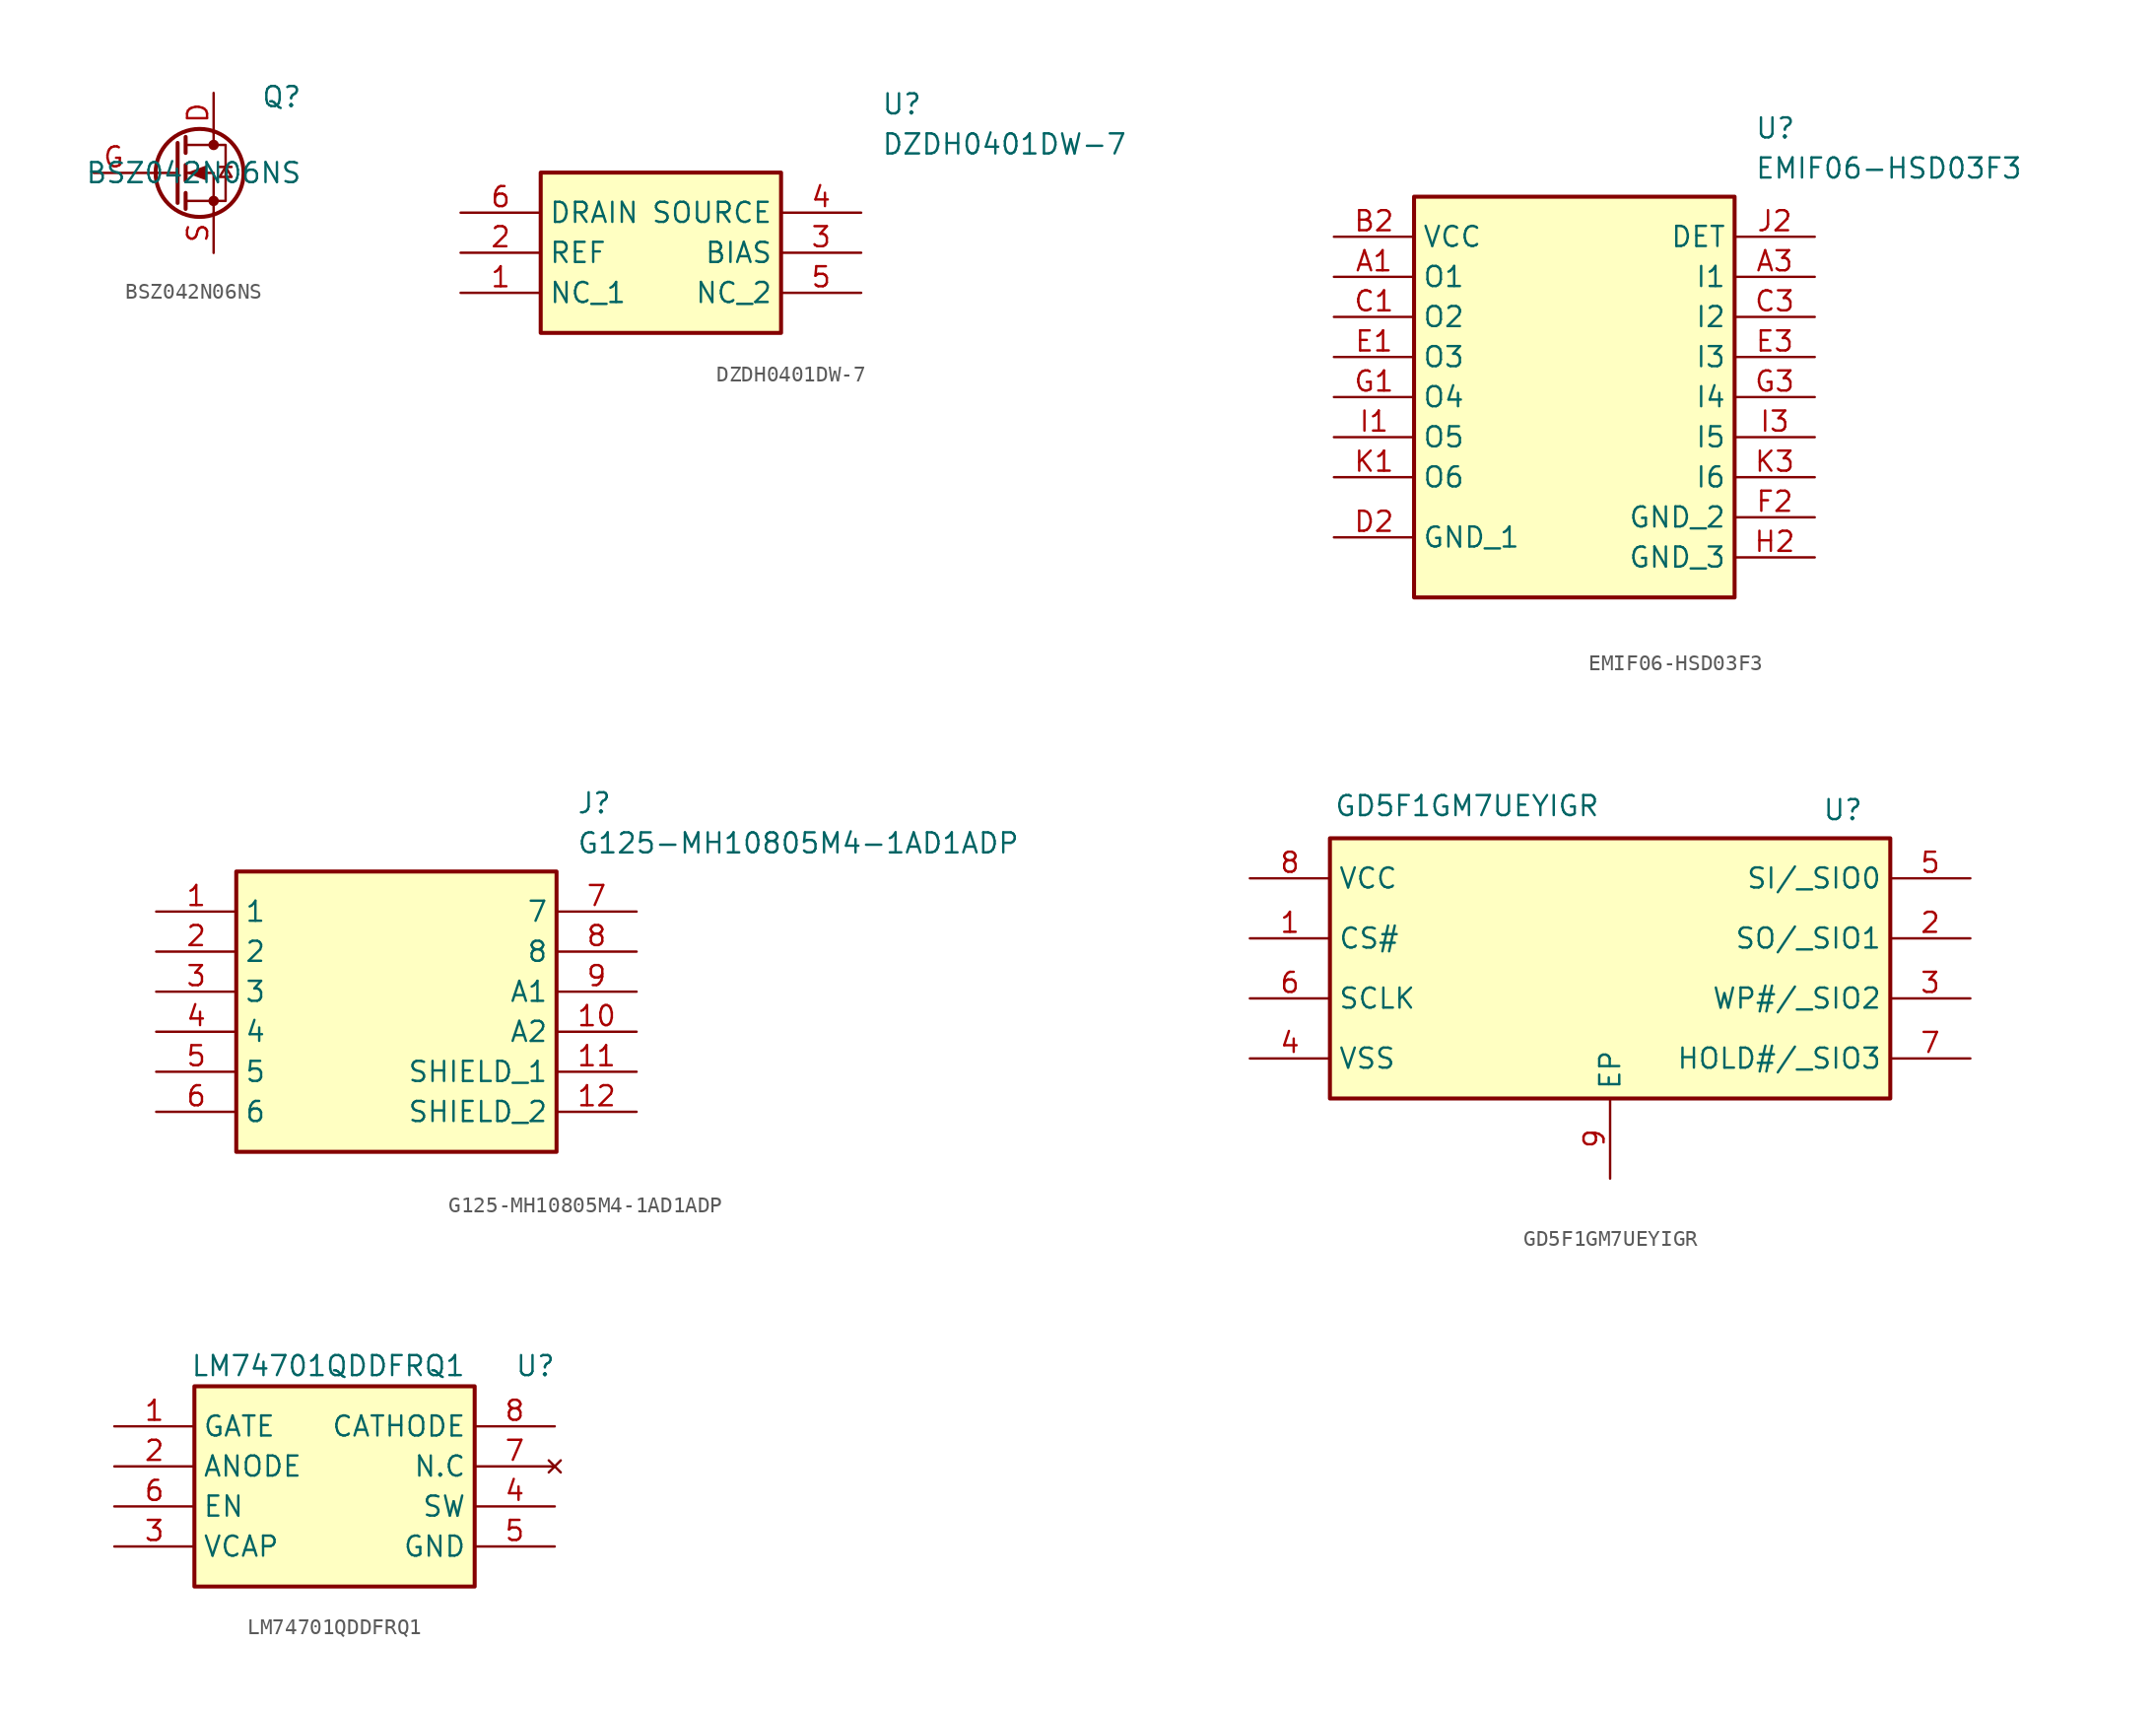
<source format=kicad_sym>
(kicad_symbol_lib
  (version 20241209)
  (generator "kicad_symbol_editor")
  (generator_version "9.0")
  (symbol "BSZ042N06NS"
    (property "Reference" "Q"
      (at 5.588 4.826 0)
      (effects (font (size 1.27 1.27))))
    (property "Value" "BSZ042N06NS"
      (at 0 0 0)
      (effects (font (size 1.27 1.27))))
    (symbol "BSZ042N06NS_0_1"
      (polyline (pts (xy -1.016 1.905) (xy -1.016 -1.905)) (stroke (width 0.254) (type default)) (fill (type none)))
      (polyline (pts (xy -1.016 0) (xy -3.81 0)) (stroke (width 0) (type default)) (fill (type none)))
      (polyline (pts (xy -0.508 2.286) (xy -0.508 1.27)) (stroke (width 0.254) (type default)) (fill (type none)))
      (polyline (pts (xy -0.508 0.508) (xy -0.508 -0.508)) (stroke (width 0.254) (type default)) (fill (type none)))
      (polyline (pts (xy -0.508 -1.27) (xy -0.508 -2.286)) (stroke (width 0.254) (type default)) (fill (type none)))
      (polyline (pts (xy -0.508 -1.778) (xy 2.032 -1.778) (xy 2.032 1.778) (xy -0.508 1.778)) (stroke (width 0) (type default)) (fill (type none)))
      (polyline (pts (xy -0.254 0) (xy 0.762 0.381) (xy 0.762 -0.381) (xy -0.254 0)) (stroke (width 0) (type default)) (fill (type outline)))
      (circle (center 0.381 0) (radius 2.794) (stroke (width 0.254) (type default)) (fill (type none)))
      (polyline (pts (xy 1.27 2.54) (xy 1.27 1.778)) (stroke (width 0) (type default)) (fill (type none)))
      (circle (center 1.27 1.778) (radius 0.254) (stroke (width 0) (type default)) (fill (type outline)))
      (circle (center 1.27 -1.778) (radius 0.254) (stroke (width 0) (type default)) (fill (type outline)))
      (polyline (pts (xy 1.27 -2.54) (xy 1.27 0) (xy -0.508 0)) (stroke (width 0) (type default)) (fill (type none)))
      (polyline (pts (xy 1.651 0.381) (xy 2.413 0.381)) (stroke (width 0) (type default)) (fill (type none)))
      (polyline (pts (xy 2.032 0.381) (xy 1.651 -0.254) (xy 2.413 -0.254) (xy 2.032 0.381)) (stroke (width 0) (type default)) (fill (type none))))
    (symbol "BSZ042N06NS_1_1"
      (pin input line (at -6.35 0 0) (length 2.54) (name "" (effects (font (size 1.27 1.27)))) (number "G" (effects (font (size 1.27 1.27)))))
      (pin passive line (at 1.27 5.08 270) (length 2.54) (name "" (effects (font (size 1.27 1.27)))) (number "D" (effects (font (size 1.27 1.27)))))
      (pin passive line (at 1.27 -5.08 90) (length 2.54) (name "" (effects (font (size 1.27 1.27)))) (number "S" (effects (font (size 1.27 1.27)))))))
  (symbol "DZDH0401DW-7"
    (property "Reference" "U"
      (at 26.67 7.62 0)
      (effects (font (size 1.27 1.27)) (justify left top)))
    (property "Value" "DZDH0401DW-7"
      (at 26.67 5.08 0)
      (effects (font (size 1.27 1.27)) (justify left top)))
    (symbol "DZDH0401DW-7_1_1"
      (rectangle (start 5.08 2.54) (end 20.32 -7.62) (stroke (width 0.254) (type default)) (fill (type background)))
      (pin passive line (at 0 0 0) (length 5.08) (name "DRAIN" (effects (font (size 1.27 1.27)))) (number "6" (effects (font (size 1.27 1.27)))))
      (pin passive line (at 0 -2.54 0) (length 5.08) (name "REF" (effects (font (size 1.27 1.27)))) (number "2" (effects (font (size 1.27 1.27)))))
      (pin passive line (at 0 -5.08 0) (length 5.08) (name "NC_1" (effects (font (size 1.27 1.27)))) (number "1" (effects (font (size 1.27 1.27)))))
      (pin passive line (at 25.4 0 180) (length 5.08) (name "SOURCE" (effects (font (size 1.27 1.27)))) (number "4" (effects (font (size 1.27 1.27)))))
      (pin passive line (at 25.4 -2.54 180) (length 5.08) (name "BIAS" (effects (font (size 1.27 1.27)))) (number "3" (effects (font (size 1.27 1.27)))))
      (pin passive line (at 25.4 -5.08 180) (length 5.08) (name "NC_2" (effects (font (size 1.27 1.27)))) (number "5" (effects (font (size 1.27 1.27)))))))
  (symbol "EMIF06-HSD03F3"
    (property "Reference" "U"
      (at 26.67 7.62 0)
      (effects (font (size 1.27 1.27)) (justify left top)))
    (property "Value" "EMIF06-HSD03F3"
      (at 26.67 5.08 0)
      (effects (font (size 1.27 1.27)) (justify left top)))
    (symbol "EMIF06-HSD03F3_1_1"
      (rectangle (start 5.08 2.54) (end 25.4 -22.86) (stroke (width 0.254) (type default)) (fill (type background)))
      (pin passive line (at 0 0 0) (length 5.08) (name "VCC" (effects (font (size 1.27 1.27)))) (number "B2" (effects (font (size 1.27 1.27)))))
      (pin passive line (at 0 -2.54 0) (length 5.08) (name "O1" (effects (font (size 1.27 1.27)))) (number "A1" (effects (font (size 1.27 1.27)))))
      (pin passive line (at 0 -5.08 0) (length 5.08) (name "O2" (effects (font (size 1.27 1.27)))) (number "C1" (effects (font (size 1.27 1.27)))))
      (pin passive line (at 0 -7.62 0) (length 5.08) (name "O3" (effects (font (size 1.27 1.27)))) (number "E1" (effects (font (size 1.27 1.27)))))
      (pin passive line (at 0 -10.16 0) (length 5.08) (name "O4" (effects (font (size 1.27 1.27)))) (number "G1" (effects (font (size 1.27 1.27)))))
      (pin passive line (at 0 -12.7 0) (length 5.08) (name "O5" (effects (font (size 1.27 1.27)))) (number "I1" (effects (font (size 1.27 1.27)))))
      (pin passive line (at 0 -15.24 0) (length 5.08) (name "O6" (effects (font (size 1.27 1.27)))) (number "K1" (effects (font (size 1.27 1.27)))))
      (pin passive line (at 0 -19.05 0) (length 5.08) (name "GND_1" (effects (font (size 1.27 1.27)))) (number "D2" (effects (font (size 1.27 1.27)))))
      (pin passive line (at 30.48 0 180) (length 5.08) (name "DET" (effects (font (size 1.27 1.27)))) (number "J2" (effects (font (size 1.27 1.27)))))
      (pin passive line (at 30.48 -2.54 180) (length 5.08) (name "I1" (effects (font (size 1.27 1.27)))) (number "A3" (effects (font (size 1.27 1.27)))))
      (pin passive line (at 30.48 -5.08 180) (length 5.08) (name "I2" (effects (font (size 1.27 1.27)))) (number "C3" (effects (font (size 1.27 1.27)))))
      (pin passive line (at 30.48 -7.62 180) (length 5.08) (name "I3" (effects (font (size 1.27 1.27)))) (number "E3" (effects (font (size 1.27 1.27)))))
      (pin passive line (at 30.48 -10.16 180) (length 5.08) (name "I4" (effects (font (size 1.27 1.27)))) (number "G3" (effects (font (size 1.27 1.27)))))
      (pin passive line (at 30.48 -12.7 180) (length 5.08) (name "I5" (effects (font (size 1.27 1.27)))) (number "I3" (effects (font (size 1.27 1.27)))))
      (pin passive line (at 30.48 -15.24 180) (length 5.08) (name "I6" (effects (font (size 1.27 1.27)))) (number "K3" (effects (font (size 1.27 1.27)))))
      (pin passive line (at 30.48 -17.78 180) (length 5.08) (name "GND_2" (effects (font (size 1.27 1.27)))) (number "F2" (effects (font (size 1.27 1.27)))))
      (pin passive line (at 30.48 -20.32 180) (length 5.08) (name "GND_3" (effects (font (size 1.27 1.27)))) (number "H2" (effects (font (size 1.27 1.27)))))))
  (symbol "G125-MH10805M4-1AD1ADP"
    (property "Reference" "J"
      (at 26.67 7.62 0)
      (effects (font (size 1.27 1.27)) (justify left top)))
    (property "Value" "G125-MH10805M4-1AD1ADP"
      (at 26.67 5.08 0)
      (effects (font (size 1.27 1.27)) (justify left top)))
    (symbol "G125-MH10805M4-1AD1ADP_1_1"
      (rectangle (start 5.08 2.54) (end 25.4 -15.24) (stroke (width 0.254) (type default)) (fill (type background)))
      (pin passive line (at 0 0 0) (length 5.08) (name "1" (effects (font (size 1.27 1.27)))) (number "1" (effects (font (size 1.27 1.27)))))
      (pin passive line (at 0 -2.54 0) (length 5.08) (name "2" (effects (font (size 1.27 1.27)))) (number "2" (effects (font (size 1.27 1.27)))))
      (pin passive line (at 0 -5.08 0) (length 5.08) (name "3" (effects (font (size 1.27 1.27)))) (number "3" (effects (font (size 1.27 1.27)))))
      (pin passive line (at 0 -7.62 0) (length 5.08) (name "4" (effects (font (size 1.27 1.27)))) (number "4" (effects (font (size 1.27 1.27)))))
      (pin passive line (at 0 -10.16 0) (length 5.08) (name "5" (effects (font (size 1.27 1.27)))) (number "5" (effects (font (size 1.27 1.27)))))
      (pin passive line (at 0 -12.7 0) (length 5.08) (name "6" (effects (font (size 1.27 1.27)))) (number "6" (effects (font (size 1.27 1.27)))))
      (pin passive line (at 30.48 0 180) (length 5.08) (name "7" (effects (font (size 1.27 1.27)))) (number "7" (effects (font (size 1.27 1.27)))))
      (pin passive line (at 30.48 -2.54 180) (length 5.08) (name "8" (effects (font (size 1.27 1.27)))) (number "8" (effects (font (size 1.27 1.27)))))
      (pin passive line (at 30.48 -5.08 180) (length 5.08) (name "A1" (effects (font (size 1.27 1.27)))) (number "9" (effects (font (size 1.27 1.27)))))
      (pin passive line (at 30.48 -7.62 180) (length 5.08) (name "A2" (effects (font (size 1.27 1.27)))) (number "10" (effects (font (size 1.27 1.27)))))
      (pin passive line (at 30.48 -10.16 180) (length 5.08) (name "SHIELD_1" (effects (font (size 1.27 1.27)))) (number "11" (effects (font (size 1.27 1.27)))))
      (pin passive line (at 30.48 -12.7 180) (length 5.08) (name "SHIELD_2" (effects (font (size 1.27 1.27)))) (number "12" (effects (font (size 1.27 1.27)))))))
  (symbol "GD5F1GM7UEYIGR"
    (property "Reference" "U"
      (at 13.462 11.43 0)
      (effects (font (size 1.27 1.27)) (justify left top)))
    (property "Value" "GD5F1GM7UEYIGR"
      (at -17.526 11.684 0)
      (effects (font (size 1.27 1.27)) (justify left top)))
    (symbol "GD5F1GM7UEYIGR_1_1"
      (rectangle (start -17.78 8.89) (end 17.78 -7.62) (stroke (width 0.254) (type default)) (fill (type background)))
      (pin passive line (at -22.86 6.35 0) (length 5.08) (name "VCC" (effects (font (size 1.27 1.27)))) (number "8" (effects (font (size 1.27 1.27)))))
      (pin passive line (at -22.86 2.54 0) (length 5.08) (name "CS#" (effects (font (size 1.27 1.27)))) (number "1" (effects (font (size 1.27 1.27)))))
      (pin passive line (at -22.86 -1.27 0) (length 5.08) (name "SCLK" (effects (font (size 1.27 1.27)))) (number "6" (effects (font (size 1.27 1.27)))))
      (pin passive line (at -22.86 -5.08 0) (length 5.08) (name "VSS" (effects (font (size 1.27 1.27)))) (number "4" (effects (font (size 1.27 1.27)))))
      (pin passive line (at 0 -12.7 90) (length 5.08) (name "EP" (effects (font (size 1.27 1.27)))) (number "9" (effects (font (size 1.27 1.27)))))
      (pin passive line (at 22.86 6.35 180) (length 5.08) (name "SI/_SIO0" (effects (font (size 1.27 1.27)))) (number "5" (effects (font (size 1.27 1.27)))))
      (pin passive line (at 22.86 2.54 180) (length 5.08) (name "SO/_SIO1" (effects (font (size 1.27 1.27)))) (number "2" (effects (font (size 1.27 1.27)))))
      (pin passive line (at 22.86 -1.27 180) (length 5.08) (name "WP#/_SIO2" (effects (font (size 1.27 1.27)))) (number "3" (effects (font (size 1.27 1.27)))))
      (pin passive line (at 22.86 -5.08 180) (length 5.08) (name "HOLD#/_SIO3" (effects (font (size 1.27 1.27)))) (number "7" (effects (font (size 1.27 1.27)))))))
  (symbol "LM74701QDDFRQ1"
    (property "Reference" "U"
      (at 25.4 4.572 0)
      (effects (font (size 1.27 1.27)) (justify left top)))
    (property "Value" "LM74701QDDFRQ1"
      (at 4.826 4.572 0)
      (effects (font (size 1.27 1.27)) (justify left top)))
    (symbol "LM74701QDDFRQ1_1_1"
      (rectangle (start 5.08 2.54) (end 22.86 -10.16) (stroke (width 0.254) (type default)) (fill (type background)))
      (pin passive line (at 0 0 0) (length 5.08) (name "GATE" (effects (font (size 1.27 1.27)))) (number "1" (effects (font (size 1.27 1.27)))))
      (pin passive line (at 0 -2.54 0) (length 5.08) (name "ANODE" (effects (font (size 1.27 1.27)))) (number "2" (effects (font (size 1.27 1.27)))))
      (pin passive line (at 0 -5.08 0) (length 5.08) (name "EN" (effects (font (size 1.27 1.27)))) (number "6" (effects (font (size 1.27 1.27)))))
      (pin passive line (at 0 -7.62 0) (length 5.08) (name "VCAP" (effects (font (size 1.27 1.27)))) (number "3" (effects (font (size 1.27 1.27)))))
      (pin passive line (at 27.94 0 180) (length 5.08) (name "CATHODE" (effects (font (size 1.27 1.27)))) (number "8" (effects (font (size 1.27 1.27)))))
      (pin no_connect line (at 27.94 -2.54 180) (length 5.08) (name "N.C" (effects (font (size 1.27 1.27)))) (number "7" (effects (font (size 1.27 1.27)))))
      (pin passive line (at 27.94 -5.08 180) (length 5.08) (name "SW" (effects (font (size 1.27 1.27)))) (number "4" (effects (font (size 1.27 1.27)))))
      (pin passive line (at 27.94 -7.62 180) (length 5.08) (name "GND" (effects (font (size 1.27 1.27)))) (number "5" (effects (font (size 1.27 1.27))))))))
</source>
